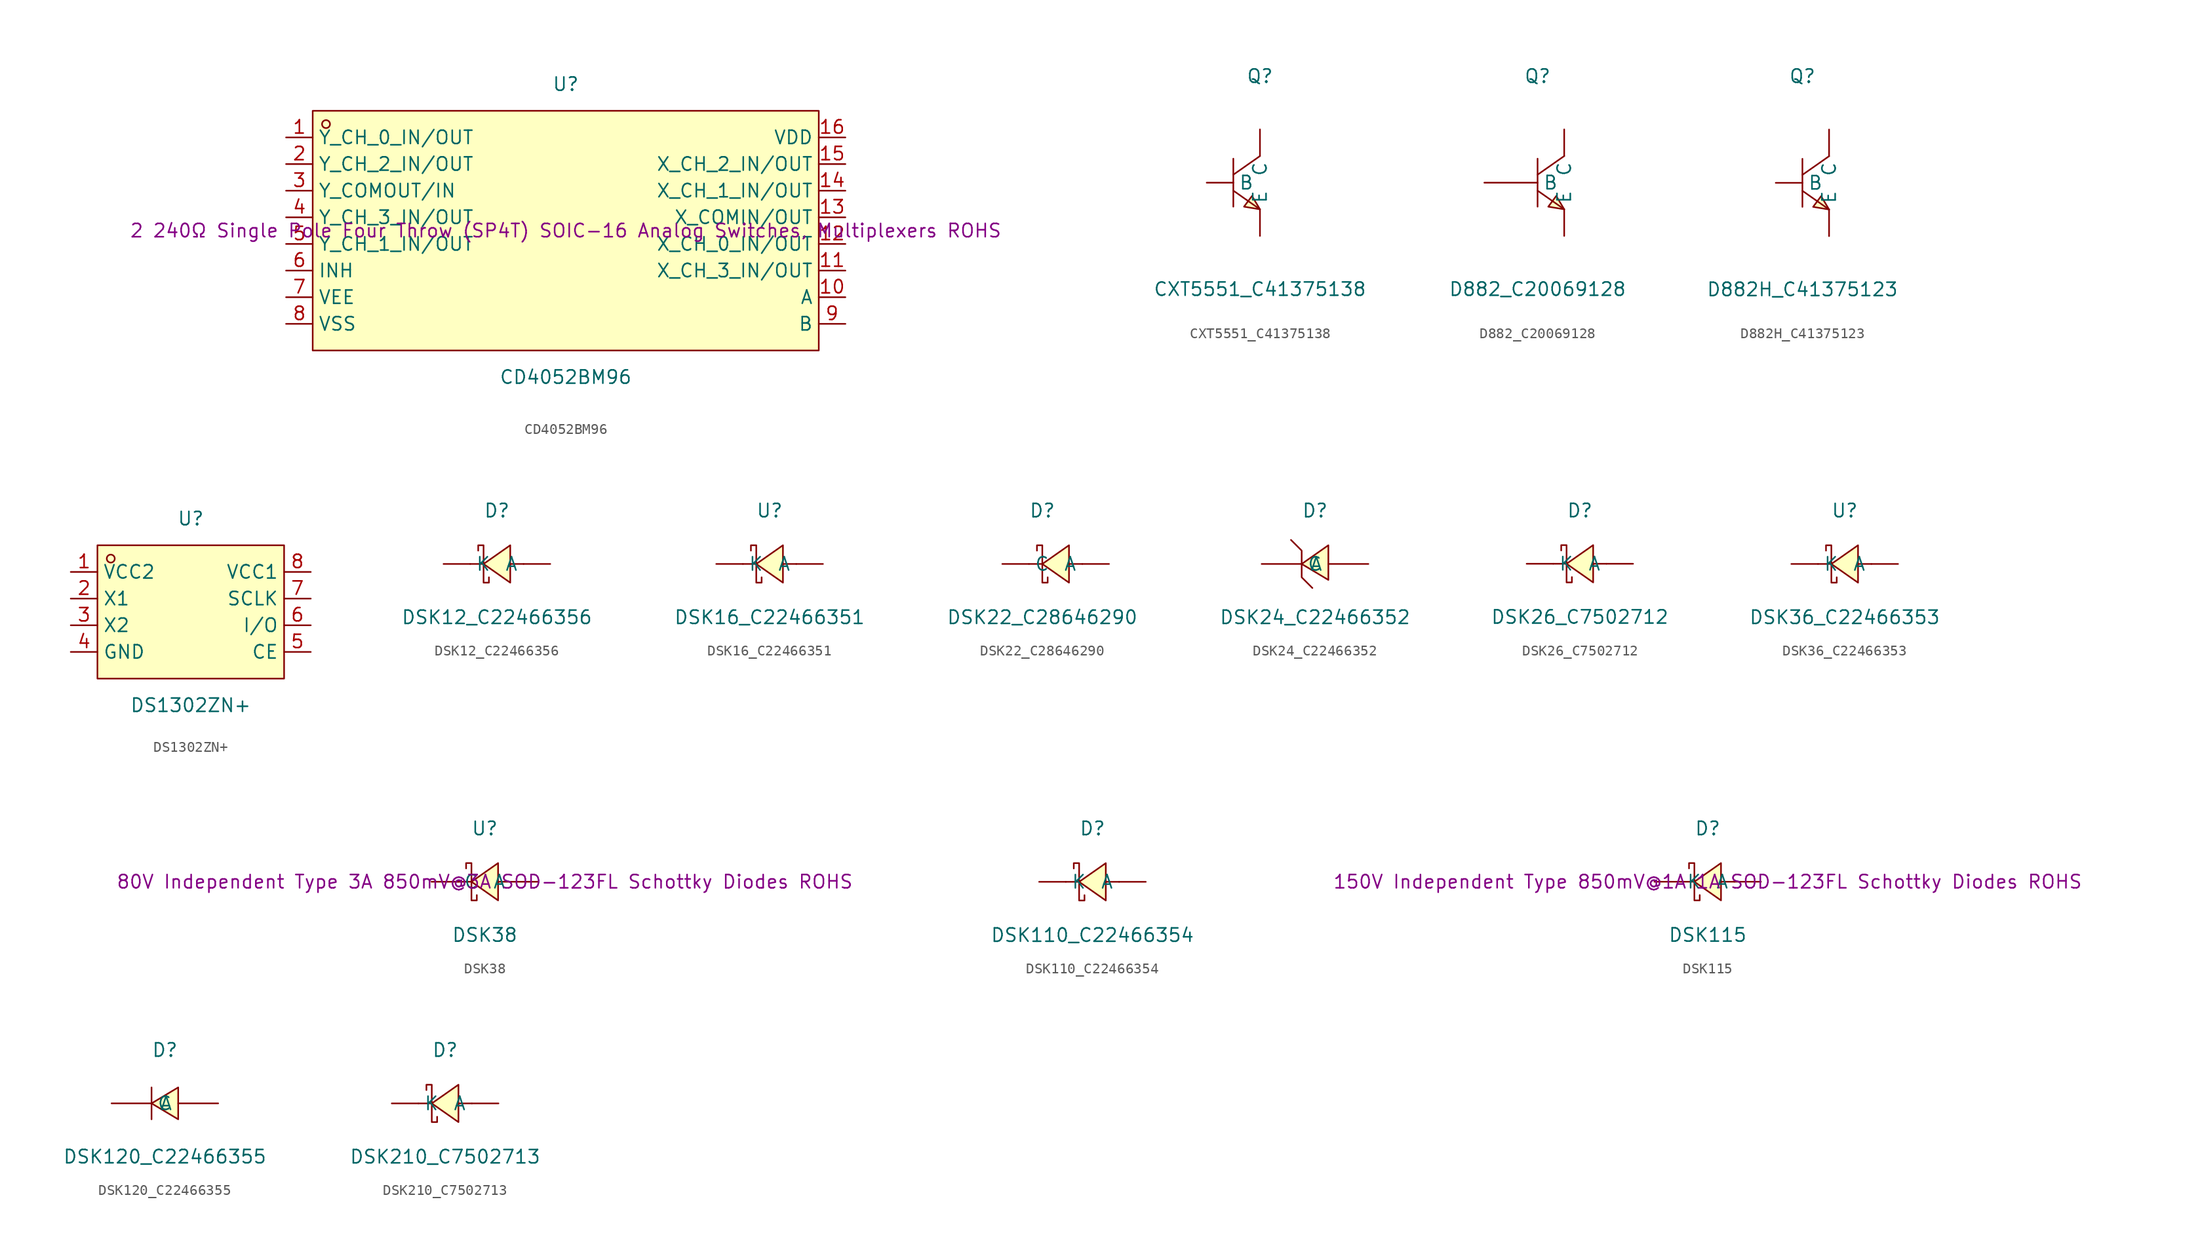
<source format=kicad_sym>
(kicad_symbol_lib
  (version 20241209)
  (generator "kicad_symbol_editor")
  (generator_version "9.0")
  (symbol "CD4052BM96"
    (property "Reference" "U"
      (at 0 13.97 0)
      (effects (font (size 1.27 1.27))))
    (property "Value" "CD4052BM96"
      (at 0 -13.97 0)
      (effects (font (size 1.27 1.27))))
    (property "Description" "2 240Ω Single Pole Four Throw (SP4T) SOIC-16 Analog Switches, Multiplexers ROHS"
      (at 0 0 0)
      (effects (font (size 1.27 1.27))))
    (symbol "CD4052BM96_0_1"
      (rectangle (start -24.13 11.43) (end 24.13 -11.43) (stroke (width 0) (type default)) (fill (type background)))
      (circle (center -22.86 10.16) (radius 0.38) (stroke (width 0) (type default)) (fill (type none)))
      (pin unspecified line (at -26.67 8.89 0) (length 2.54) (name "Y_CH_0_IN/OUT" (effects (font (size 1.27 1.27)))) (number "1" (effects (font (size 1.27 1.27)))))
      (pin unspecified line (at -26.67 6.35 0) (length 2.54) (name "Y_CH_2_IN/OUT" (effects (font (size 1.27 1.27)))) (number "2" (effects (font (size 1.27 1.27)))))
      (pin unspecified line (at -26.67 3.81 0) (length 2.54) (name "Y_COMOUT/IN" (effects (font (size 1.27 1.27)))) (number "3" (effects (font (size 1.27 1.27)))))
      (pin unspecified line (at -26.67 1.27 0) (length 2.54) (name "Y_CH_3_IN/OUT" (effects (font (size 1.27 1.27)))) (number "4" (effects (font (size 1.27 1.27)))))
      (pin unspecified line (at -26.67 -1.27 0) (length 2.54) (name "Y_CH_1_IN/OUT" (effects (font (size 1.27 1.27)))) (number "5" (effects (font (size 1.27 1.27)))))
      (pin unspecified line (at -26.67 -3.81 0) (length 2.54) (name "INH" (effects (font (size 1.27 1.27)))) (number "6" (effects (font (size 1.27 1.27)))))
      (pin unspecified line (at -26.67 -6.35 0) (length 2.54) (name "VEE" (effects (font (size 1.27 1.27)))) (number "7" (effects (font (size 1.27 1.27)))))
      (pin unspecified line (at -26.67 -8.89 0) (length 2.54) (name "VSS" (effects (font (size 1.27 1.27)))) (number "8" (effects (font (size 1.27 1.27)))))
      (pin unspecified line (at 26.67 8.89 180) (length 2.54) (name "VDD" (effects (font (size 1.27 1.27)))) (number "16" (effects (font (size 1.27 1.27)))))
      (pin unspecified line (at 26.67 6.35 180) (length 2.54) (name "X_CH_2_IN/OUT" (effects (font (size 1.27 1.27)))) (number "15" (effects (font (size 1.27 1.27)))))
      (pin unspecified line (at 26.67 3.81 180) (length 2.54) (name "X_CH_1_IN/OUT" (effects (font (size 1.27 1.27)))) (number "14" (effects (font (size 1.27 1.27)))))
      (pin unspecified line (at 26.67 1.27 180) (length 2.54) (name "X_COMIN/OUT" (effects (font (size 1.27 1.27)))) (number "13" (effects (font (size 1.27 1.27)))))
      (pin unspecified line (at 26.67 -1.27 180) (length 2.54) (name "X_CH_0_IN/OUT" (effects (font (size 1.27 1.27)))) (number "12" (effects (font (size 1.27 1.27)))))
      (pin unspecified line (at 26.67 -3.81 180) (length 2.54) (name "X_CH_3_IN/OUT" (effects (font (size 1.27 1.27)))) (number "11" (effects (font (size 1.27 1.27)))))
      (pin unspecified line (at 26.67 -6.35 180) (length 2.54) (name "A" (effects (font (size 1.27 1.27)))) (number "10" (effects (font (size 1.27 1.27)))))
      (pin unspecified line (at 26.67 -8.89 180) (length 2.54) (name "B" (effects (font (size 1.27 1.27)))) (number "9" (effects (font (size 1.27 1.27)))))))
  (symbol "CXT5551_C41375138"
    (pin_numbers
      (hide yes))
    (property "Reference" "Q"
      (at 0 10.16 0)
      (effects (font (size 1.27 1.27))))
    (property "Value" "CXT5551_C41375138"
      (at 0 -10.16 0)
      (effects (font (size 1.27 1.27))))
    (symbol "CXT5551_C41375138_0_1"
      (polyline (pts (xy -2.54 2.29) (xy -2.54 -2.29)) (stroke (width 0) (type default)) (fill (type none)))
      (polyline (pts (xy -2.54 -0.76) (xy 0 -2.54)) (stroke (width 0) (type default)) (fill (type none)))
      (polyline (pts (xy 0 2.54) (xy -2.54 0.76)) (stroke (width 0) (type default)) (fill (type none)))
      (polyline (pts (xy 0 -2.54) (xy -0.76 -1.27) (xy -1.52 -2.29) (xy 0 -2.54)) (stroke (width 0) (type default)) (fill (type background)))
      (pin unspecified line (at -5.08 0 0) (length 2.54) (name "B" (effects (font (size 1.27 1.27)))) (number "1" (effects (font (size 1.27 1.27)))))
      (pin unspecified line (at 0 5.08 270) (length 2.54) (name "C" (effects (font (size 1.27 1.27)))) (number "2" (effects (font (size 1.27 1.27)))))
      (pin unspecified line (at 0 -5.08 90) (length 2.54) (name "E" (effects (font (size 1.27 1.27)))) (number "3" (effects (font (size 1.27 1.27)))))))
  (symbol "D882_C20069128"
    (pin_numbers
      (hide yes))
    (property "Reference" "Q"
      (at 0 10.16 0)
      (effects (font (size 1.27 1.27))))
    (property "Value" "D882_C20069128"
      (at 0 -10.16 0)
      (effects (font (size 1.27 1.27))))
    (symbol "D882_C20069128_0_1"
      (polyline (pts (xy 0 2.29) (xy 0 -2.29)) (stroke (width 0) (type default)) (fill (type none)))
      (polyline (pts (xy 0 -0.76) (xy 2.54 -2.54)) (stroke (width 0) (type default)) (fill (type none)))
      (polyline (pts (xy 2.54 2.54) (xy 0 0.76)) (stroke (width 0) (type default)) (fill (type none)))
      (polyline (pts (xy 2.54 -2.54) (xy 1.78 -1.27) (xy 1.02 -2.29) (xy 2.54 -2.54)) (stroke (width 0) (type default)) (fill (type background)))
      (pin unspecified line (at -5.08 0 0) (length 5.08) (name "B" (effects (font (size 1.27 1.27)))) (number "1" (effects (font (size 1.27 1.27)))))
      (pin unspecified line (at 2.54 5.08 270) (length 2.54) (name "C" (effects (font (size 1.27 1.27)))) (number "2" (effects (font (size 1.27 1.27)))))
      (pin unspecified line (at 2.54 -5.08 90) (length 2.54) (name "E" (effects (font (size 1.27 1.27)))) (number "3" (effects (font (size 1.27 1.27)))))))
  (symbol "D882H_C41375123"
    (pin_numbers
      (hide yes))
    (property "Reference" "Q"
      (at 0 10.16 0)
      (effects (font (size 1.27 1.27))))
    (property "Value" "D882H_C41375123"
      (at 0 -10.16 0)
      (effects (font (size 1.27 1.27))))
    (symbol "D882H_C41375123_0_1"
      (polyline (pts (xy 0 2.29) (xy 0 -2.29)) (stroke (width 0) (type default)) (fill (type none)))
      (polyline (pts (xy 0 -0.76) (xy 2.54 -2.54)) (stroke (width 0) (type default)) (fill (type none)))
      (polyline (pts (xy 2.54 2.54) (xy 0 0.76)) (stroke (width 0) (type default)) (fill (type none)))
      (polyline (pts (xy 2.54 -2.54) (xy 1.78 -1.27) (xy 1.02 -2.29) (xy 2.54 -2.54)) (stroke (width 0) (type default)) (fill (type background)))
      (pin input line (at -2.54 0 0) (length 2.54) (name "B" (effects (font (size 1.27 1.27)))) (number "1" (effects (font (size 1.27 1.27)))))
      (pin input line (at 2.54 5.08 270) (length 2.54) (name "C" (effects (font (size 1.27 1.27)))) (number "2" (effects (font (size 1.27 1.27)))))
      (pin input line (at 2.54 -5.08 90) (length 2.54) (name "E" (effects (font (size 1.27 1.27)))) (number "3" (effects (font (size 1.27 1.27)))))))
  (symbol "DS1302ZN+"
    (property "Reference" "U"
      (at 0 8.89 0)
      (effects (font (size 1.27 1.27))))
    (property "Value" "DS1302ZN+"
      (at 0 -8.89 0)
      (effects (font (size 1.27 1.27))))
    (symbol "DS1302ZN+_0_1"
      (rectangle (start -8.89 6.35) (end 8.89 -6.35) (stroke (width 0) (type default)) (fill (type background)))
      (circle (center -7.62 5.08) (radius 0.38) (stroke (width 0) (type default)) (fill (type none)))
      (pin unspecified line (at -11.43 3.81 0) (length 2.54) (name "VCC2" (effects (font (size 1.27 1.27)))) (number "1" (effects (font (size 1.27 1.27)))))
      (pin unspecified line (at -11.43 1.27 0) (length 2.54) (name "X1" (effects (font (size 1.27 1.27)))) (number "2" (effects (font (size 1.27 1.27)))))
      (pin unspecified line (at -11.43 -1.27 0) (length 2.54) (name "X2" (effects (font (size 1.27 1.27)))) (number "3" (effects (font (size 1.27 1.27)))))
      (pin unspecified line (at -11.43 -3.81 0) (length 2.54) (name "GND" (effects (font (size 1.27 1.27)))) (number "4" (effects (font (size 1.27 1.27)))))
      (pin unspecified line (at 11.43 3.81 180) (length 2.54) (name "VCC1" (effects (font (size 1.27 1.27)))) (number "8" (effects (font (size 1.27 1.27)))))
      (pin unspecified line (at 11.43 1.27 180) (length 2.54) (name "SCLK" (effects (font (size 1.27 1.27)))) (number "7" (effects (font (size 1.27 1.27)))))
      (pin unspecified line (at 11.43 -1.27 180) (length 2.54) (name "I/O" (effects (font (size 1.27 1.27)))) (number "6" (effects (font (size 1.27 1.27)))))
      (pin unspecified line (at 11.43 -3.81 180) (length 2.54) (name "CE" (effects (font (size 1.27 1.27)))) (number "5" (effects (font (size 1.27 1.27)))))))
  (symbol "DSK12_C22466356"
    (pin_numbers
      (hide yes))
    (property "Reference" "D"
      (at 0 5.08 0)
      (effects (font (size 1.27 1.27))))
    (property "Value" "DSK12_C22466356"
      (at 0 -5.08 0)
      (effects (font (size 1.27 1.27))))
    (symbol "DSK12_C22466356_0_1"
      (polyline (pts (xy -1.78 1.27) (xy -1.78 1.78) (xy -1.27 1.78) (xy -1.27 -1.78) (xy -0.76 -1.78) (xy -0.76 -1.27)) (stroke (width 0) (type default)) (fill (type none)))
      (polyline (pts (xy -1.27 0) (xy -2.54 0)) (stroke (width 0) (type default)) (fill (type none)))
      (polyline (pts (xy 1.27 1.78) (xy -1.27 0) (xy 1.27 -1.78) (xy 1.27 1.78)) (stroke (width 0) (type default)) (fill (type background)))
      (polyline (pts (xy 2.54 0) (xy 1.27 0)) (stroke (width 0) (type default)) (fill (type none)))
      (pin unspecified line (at -5.08 0 0) (length 2.54) (name "K" (effects (font (size 1.27 1.27)))) (number "1" (effects (font (size 1.27 1.27)))))
      (pin unspecified line (at 5.08 0 180) (length 2.54) (name "A" (effects (font (size 1.27 1.27)))) (number "2" (effects (font (size 1.27 1.27)))))))
  (symbol "DSK16_C22466351"
    (pin_numbers
      (hide yes))
    (property "Reference" "U"
      (at 0 5.08 0)
      (effects (font (size 1.27 1.27))))
    (property "Value" "DSK16_C22466351"
      (at 0 -5.08 0)
      (effects (font (size 1.27 1.27))))
    (symbol "DSK16_C22466351_0_1"
      (polyline (pts (xy -1.78 1.27) (xy -1.78 1.78) (xy -1.27 1.78) (xy -1.27 -1.78) (xy -0.76 -1.78) (xy -0.76 -1.27)) (stroke (width 0) (type default)) (fill (type none)))
      (polyline (pts (xy -1.27 0) (xy -2.54 0)) (stroke (width 0) (type default)) (fill (type none)))
      (polyline (pts (xy 1.27 1.78) (xy -1.27 0) (xy 1.27 -1.78) (xy 1.27 1.78)) (stroke (width 0) (type default)) (fill (type background)))
      (polyline (pts (xy 2.54 0) (xy 1.27 0)) (stroke (width 0) (type default)) (fill (type none)))
      (pin unspecified line (at -5.08 0 0) (length 2.54) (name "K" (effects (font (size 1.27 1.27)))) (number "1" (effects (font (size 1.27 1.27)))))
      (pin unspecified line (at 5.08 0 180) (length 2.54) (name "A" (effects (font (size 1.27 1.27)))) (number "2" (effects (font (size 1.27 1.27)))))))
  (symbol "DSK22_C28646290"
    (pin_numbers
      (hide yes))
    (property "Reference" "D"
      (at 0 5.08 0)
      (effects (font (size 1.27 1.27))))
    (property "Value" "DSK22_C28646290"
      (at 0 -5.08 0)
      (effects (font (size 1.27 1.27))))
    (symbol "DSK22_C28646290_0_1"
      (polyline (pts (xy -0.51 1.27) (xy -0.51 1.78) (xy 0 1.78) (xy 0 -1.78) (xy 0.51 -1.78) (xy 0.51 -1.27)) (stroke (width 0) (type default)) (fill (type none)))
      (polyline (pts (xy 0 0) (xy -1.27 0)) (stroke (width 0) (type default)) (fill (type none)))
      (polyline (pts (xy 2.54 1.78) (xy 0 0) (xy 2.54 -1.78) (xy 2.54 1.78)) (stroke (width 0) (type default)) (fill (type background)))
      (polyline (pts (xy 3.81 0) (xy 2.54 0)) (stroke (width 0) (type default)) (fill (type none)))
      (pin unspecified line (at -3.81 0 0) (length 2.54) (name "C" (effects (font (size 1.27 1.27)))) (number "1" (effects (font (size 1.27 1.27)))))
      (pin unspecified line (at 6.35 0 180) (length 2.54) (name "A" (effects (font (size 1.27 1.27)))) (number "2" (effects (font (size 1.27 1.27)))))))
  (symbol "DSK24_C22466352"
    (pin_numbers
      (hide yes))
    (property "Reference" "D"
      (at 0 5.08 0)
      (effects (font (size 1.27 1.27))))
    (property "Value" "DSK24_C22466352"
      (at 0 -5.08 0)
      (effects (font (size 1.27 1.27))))
    (symbol "DSK24_C22466352_0_1"
      (polyline (pts (xy -2.29 2.29) (xy -1.27 1.27) (xy -1.27 -1.27) (xy -0.25 -2.29)) (stroke (width 0) (type default)) (fill (type none)))
      (polyline (pts (xy 1.27 -1.52) (xy -1.27 0) (xy 1.27 1.78) (xy 1.27 -1.52)) (stroke (width 0) (type default)) (fill (type background)))
      (pin unspecified line (at -5.08 0 0) (length 3.81) (name "C" (effects (font (size 1.27 1.27)))) (number "1" (effects (font (size 1.27 1.27)))))
      (pin unspecified line (at 5.08 0 180) (length 3.81) (name "A" (effects (font (size 1.27 1.27)))) (number "2" (effects (font (size 1.27 1.27)))))))
  (symbol "DSK26_C7502712"
    (pin_numbers
      (hide yes))
    (property "Reference" "D"
      (at 0 5.08 0)
      (effects (font (size 1.27 1.27))))
    (property "Value" "DSK26_C7502712"
      (at 0 -5.08 0)
      (effects (font (size 1.27 1.27))))
    (symbol "DSK26_C7502712_0_1"
      (polyline (pts (xy -1.78 1.27) (xy -1.78 1.78) (xy -1.27 1.78) (xy -1.27 -1.78) (xy -0.76 -1.78) (xy -0.76 -1.27)) (stroke (width 0) (type default)) (fill (type none)))
      (polyline (pts (xy -1.27 0) (xy -2.54 0)) (stroke (width 0) (type default)) (fill (type none)))
      (polyline (pts (xy 1.27 1.78) (xy -1.27 0) (xy 1.27 -1.78) (xy 1.27 1.78)) (stroke (width 0) (type default)) (fill (type background)))
      (polyline (pts (xy 2.54 0) (xy 1.27 0)) (stroke (width 0) (type default)) (fill (type none)))
      (pin unspecified line (at -5.08 0 0) (length 2.54) (name "K" (effects (font (size 1.27 1.27)))) (number "1" (effects (font (size 1.27 1.27)))))
      (pin unspecified line (at 5.08 0 180) (length 2.54) (name "A" (effects (font (size 1.27 1.27)))) (number "2" (effects (font (size 1.27 1.27)))))))
  (symbol "DSK36_C22466353"
    (pin_numbers
      (hide yes))
    (property "Reference" "U"
      (at 0 5.08 0)
      (effects (font (size 1.27 1.27))))
    (property "Value" "DSK36_C22466353"
      (at 0 -5.08 0)
      (effects (font (size 1.27 1.27))))
    (symbol "DSK36_C22466353_0_1"
      (polyline (pts (xy -1.78 1.27) (xy -1.78 1.78) (xy -1.27 1.78) (xy -1.27 -1.78) (xy -0.76 -1.78) (xy -0.76 -1.27)) (stroke (width 0) (type default)) (fill (type none)))
      (polyline (pts (xy -1.27 0) (xy -2.54 0)) (stroke (width 0) (type default)) (fill (type none)))
      (polyline (pts (xy 1.27 1.78) (xy -1.27 0) (xy 1.27 -1.78) (xy 1.27 1.78)) (stroke (width 0) (type default)) (fill (type background)))
      (polyline (pts (xy 2.54 0) (xy 1.27 0)) (stroke (width 0) (type default)) (fill (type none)))
      (pin unspecified line (at -5.08 0 0) (length 2.54) (name "K" (effects (font (size 1.27 1.27)))) (number "1" (effects (font (size 1.27 1.27)))))
      (pin unspecified line (at 5.08 0 180) (length 2.54) (name "A" (effects (font (size 1.27 1.27)))) (number "2" (effects (font (size 1.27 1.27)))))))
  (symbol "DSK38"
    (pin_numbers
      (hide yes))
    (property "Reference" "U"
      (at 0 5.08 0)
      (effects (font (size 1.27 1.27))))
    (property "Value" "DSK38"
      (at 0 -5.08 0)
      (effects (font (size 1.27 1.27))))
    (property "Description" "80V Independent Type 3A 850mV@3A SOD-123FL Schottky Diodes ROHS"
      (at 0 0 0)
      (effects (font (size 1.27 1.27))))
    (symbol "DSK38_0_1"
      (polyline (pts (xy -1.78 1.27) (xy -1.78 1.78) (xy -1.27 1.78) (xy -1.27 -1.78) (xy -0.76 -1.78) (xy -0.76 -1.27)) (stroke (width 0) (type default)) (fill (type none)))
      (polyline (pts (xy -1.27 0) (xy -2.54 0)) (stroke (width 0) (type default)) (fill (type none)))
      (polyline (pts (xy 1.27 1.78) (xy -1.27 0) (xy 1.27 -1.78) (xy 1.27 1.78)) (stroke (width 0) (type default)) (fill (type background)))
      (polyline (pts (xy 2.54 0) (xy 1.27 0)) (stroke (width 0) (type default)) (fill (type none)))
      (pin unspecified line (at -5.08 0 0) (length 2.54) (name "C" (effects (font (size 1.27 1.27)))) (number "1" (effects (font (size 1.27 1.27)))))
      (pin unspecified line (at 5.08 0 180) (length 2.54) (name "A" (effects (font (size 1.27 1.27)))) (number "2" (effects (font (size 1.27 1.27)))))))
  (symbol "DSK110_C22466354"
    (pin_numbers
      (hide yes))
    (property "Reference" "D"
      (at 0 5.08 0)
      (effects (font (size 1.27 1.27))))
    (property "Value" "DSK110_C22466354"
      (at 0 -5.08 0)
      (effects (font (size 1.27 1.27))))
    (symbol "DSK110_C22466354_0_1"
      (polyline (pts (xy -1.78 1.27) (xy -1.78 1.78) (xy -1.27 1.78) (xy -1.27 -1.78) (xy -0.76 -1.78) (xy -0.76 -1.27)) (stroke (width 0) (type default)) (fill (type none)))
      (polyline (pts (xy -1.27 0) (xy -2.54 0)) (stroke (width 0) (type default)) (fill (type none)))
      (polyline (pts (xy 1.27 1.78) (xy -1.27 0) (xy 1.27 -1.78) (xy 1.27 1.78)) (stroke (width 0) (type default)) (fill (type background)))
      (polyline (pts (xy 2.54 0) (xy 1.27 0)) (stroke (width 0) (type default)) (fill (type none)))
      (pin unspecified line (at -5.08 0 0) (length 2.54) (name "K" (effects (font (size 1.27 1.27)))) (number "1" (effects (font (size 1.27 1.27)))))
      (pin unspecified line (at 5.08 0 180) (length 2.54) (name "A" (effects (font (size 1.27 1.27)))) (number "2" (effects (font (size 1.27 1.27)))))))
  (symbol "DSK115"
    (pin_numbers
      (hide yes))
    (property "Reference" "D"
      (at 0 5.08 0)
      (effects (font (size 1.27 1.27))))
    (property "Value" "DSK115"
      (at 0 -5.08 0)
      (effects (font (size 1.27 1.27))))
    (property "Description" "150V Independent Type 850mV@1A 1A SOD-123FL Schottky Diodes ROHS"
      (at 0 0 0)
      (effects (font (size 1.27 1.27))))
    (symbol "DSK115_0_1"
      (polyline (pts (xy -1.78 1.27) (xy -1.78 1.78) (xy -1.27 1.78) (xy -1.27 -1.78) (xy -0.76 -1.78) (xy -0.76 -1.27)) (stroke (width 0) (type default)) (fill (type none)))
      (polyline (pts (xy -1.27 0) (xy -2.54 0)) (stroke (width 0) (type default)) (fill (type none)))
      (polyline (pts (xy 1.27 1.78) (xy -1.27 0) (xy 1.27 -1.78) (xy 1.27 1.78)) (stroke (width 0) (type default)) (fill (type background)))
      (polyline (pts (xy 2.54 0) (xy 1.27 0)) (stroke (width 0) (type default)) (fill (type none)))
      (pin unspecified line (at -5.08 0 0) (length 2.54) (name "K" (effects (font (size 1.27 1.27)))) (number "1" (effects (font (size 1.27 1.27)))))
      (pin unspecified line (at 5.08 0 180) (length 2.54) (name "A" (effects (font (size 1.27 1.27)))) (number "2" (effects (font (size 1.27 1.27)))))))
  (symbol "DSK120_C22466355"
    (pin_numbers
      (hide yes))
    (property "Reference" "D"
      (at 0 5.08 0)
      (effects (font (size 1.27 1.27))))
    (property "Value" "DSK120_C22466355"
      (at 0 -5.08 0)
      (effects (font (size 1.27 1.27))))
    (symbol "DSK120_C22466355_0_1"
      (polyline (pts (xy -1.27 -1.52) (xy -1.27 1.52)) (stroke (width 0) (type default)) (fill (type none)))
      (polyline (pts (xy 1.27 1.52) (xy -1.27 0) (xy 1.27 -1.52) (xy 1.27 1.52)) (stroke (width 0) (type default)) (fill (type background)))
      (pin unspecified line (at -5.08 0 0) (length 3.81) (name "C" (effects (font (size 1.27 1.27)))) (number "1" (effects (font (size 1.27 1.27)))))
      (pin unspecified line (at 5.08 0 180) (length 3.81) (name "A" (effects (font (size 1.27 1.27)))) (number "2" (effects (font (size 1.27 1.27)))))))
  (symbol "DSK210_C7502713"
    (pin_numbers
      (hide yes))
    (property "Reference" "D"
      (at 0 5.08 0)
      (effects (font (size 1.27 1.27))))
    (property "Value" "DSK210_C7502713"
      (at 0 -5.08 0)
      (effects (font (size 1.27 1.27))))
    (symbol "DSK210_C7502713_0_1"
      (polyline (pts (xy -1.78 1.27) (xy -1.78 1.78) (xy -1.27 1.78) (xy -1.27 -1.78) (xy -0.76 -1.78) (xy -0.76 -1.27)) (stroke (width 0) (type default)) (fill (type none)))
      (polyline (pts (xy -1.27 0) (xy -2.54 0)) (stroke (width 0) (type default)) (fill (type none)))
      (polyline (pts (xy 1.27 1.78) (xy -1.27 0) (xy 1.27 -1.78) (xy 1.27 1.78)) (stroke (width 0) (type default)) (fill (type background)))
      (polyline (pts (xy 2.54 0) (xy 1.27 0)) (stroke (width 0) (type default)) (fill (type none)))
      (pin unspecified line (at -5.08 0 0) (length 2.54) (name "K" (effects (font (size 1.27 1.27)))) (number "1" (effects (font (size 1.27 1.27)))))
      (pin unspecified line (at 5.08 0 180) (length 2.54) (name "A" (effects (font (size 1.27 1.27)))) (number "2" (effects (font (size 1.27 1.27))))))))
</source>
